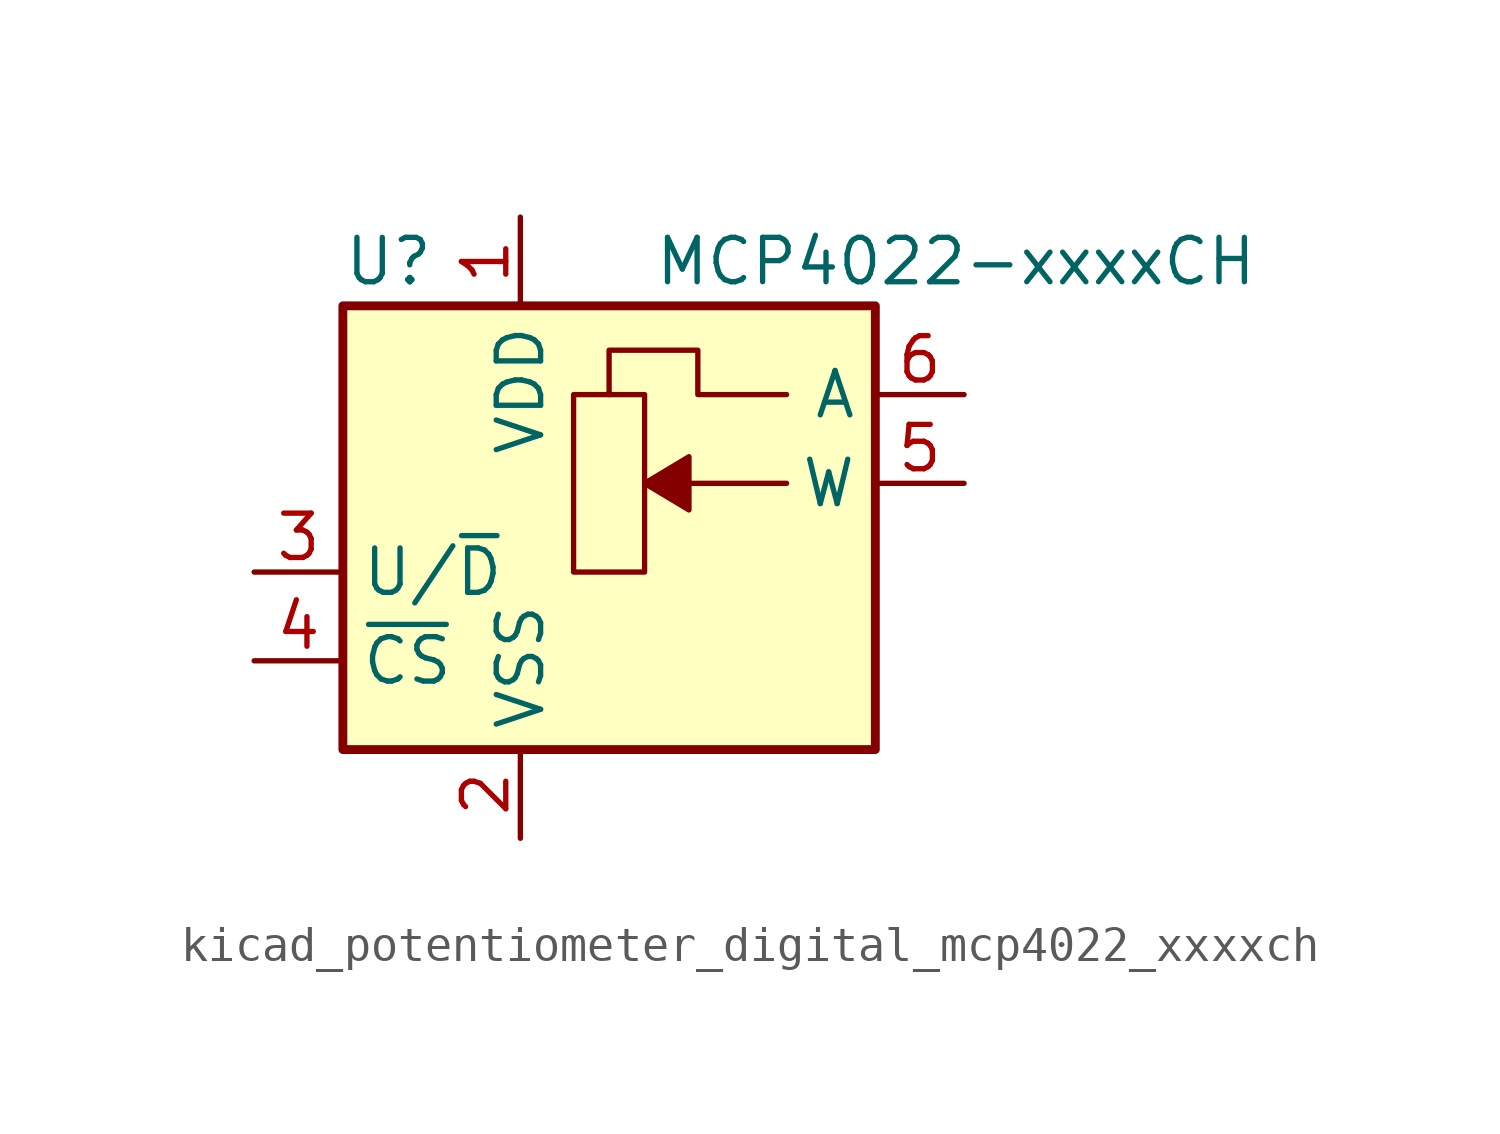
<source format=kicad_sym>
(kicad_symbol_lib
  (version 20220914)
  (generator kicad_symbol_editor)
  (symbol "kicad_potentiometer_digital_mcp4022_xxxxch"
    (property "Reference" "U"
      (at -7.62 8.89 0)
      (effects (font (size 1.27 1.27)) (justify left)))
    (property "Value" "MCP4022-xxxxCH"
      (at 1.27 8.89 0)
      (effects (font (size 1.27 1.27)) (justify left)))
    (symbol "kicad_potentiometer_digital_mcp4022_xxxxch_0_1"
      (polyline (pts (xy 5.08 2.54) (xy 3.81 2.54) (xy 1.27 2.54)) (stroke (width 0) (type default)) (fill (type none)))
      (polyline (pts (xy 2.286 1.778) (xy 2.286 3.302) (xy 1.016 2.54) (xy 2.286 1.778)) (stroke (width 0) (type default)) (fill (type outline)))
      (polyline (pts (xy 5.08 5.08) (xy 2.54 5.08) (xy 2.54 6.35) (xy 0 6.35) (xy 0 5.08)) (stroke (width 0) (type default)) (fill (type none)))
      (rectangle (start 1.016 0) (end -1.016 5.08) (stroke (width 0) (type default)) (fill (type none))))
    (symbol "kicad_potentiometer_digital_mcp4022_xxxxch_1_1"
      (rectangle (start -7.62 7.62) (end 7.62 -5.08) (stroke (width 0.254) (type default)) (fill (type background)))
      (pin power_in line (at -2.54 10.16 270) (length 2.54) (name "VDD" (effects (font (size 1.27 1.27)))) (number "1" (effects (font (size 1.27 1.27)))))
      (pin power_in line (at -2.54 -7.62 90) (length 2.54) (name "VSS" (effects (font (size 1.27 1.27)))) (number "2" (effects (font (size 1.27 1.27)))))
      (pin input line (at -10.16 0 0) (length 2.54) (name "U/~{D}" (effects (font (size 1.27 1.27)))) (number "3" (effects (font (size 1.27 1.27)))))
      (pin input line (at -10.16 -2.54 0) (length 2.54) (name "~{CS}" (effects (font (size 1.27 1.27)))) (number "4" (effects (font (size 1.27 1.27)))))
      (pin passive line (at 10.16 2.54 180) (length 2.54) (name "W" (effects (font (size 1.27 1.27)))) (number "5" (effects (font (size 1.27 1.27)))))
      (pin passive line (at 10.16 5.08 180) (length 2.54) (name "A" (effects (font (size 1.27 1.27)))) (number "6" (effects (font (size 1.27 1.27))))))))
</source>
